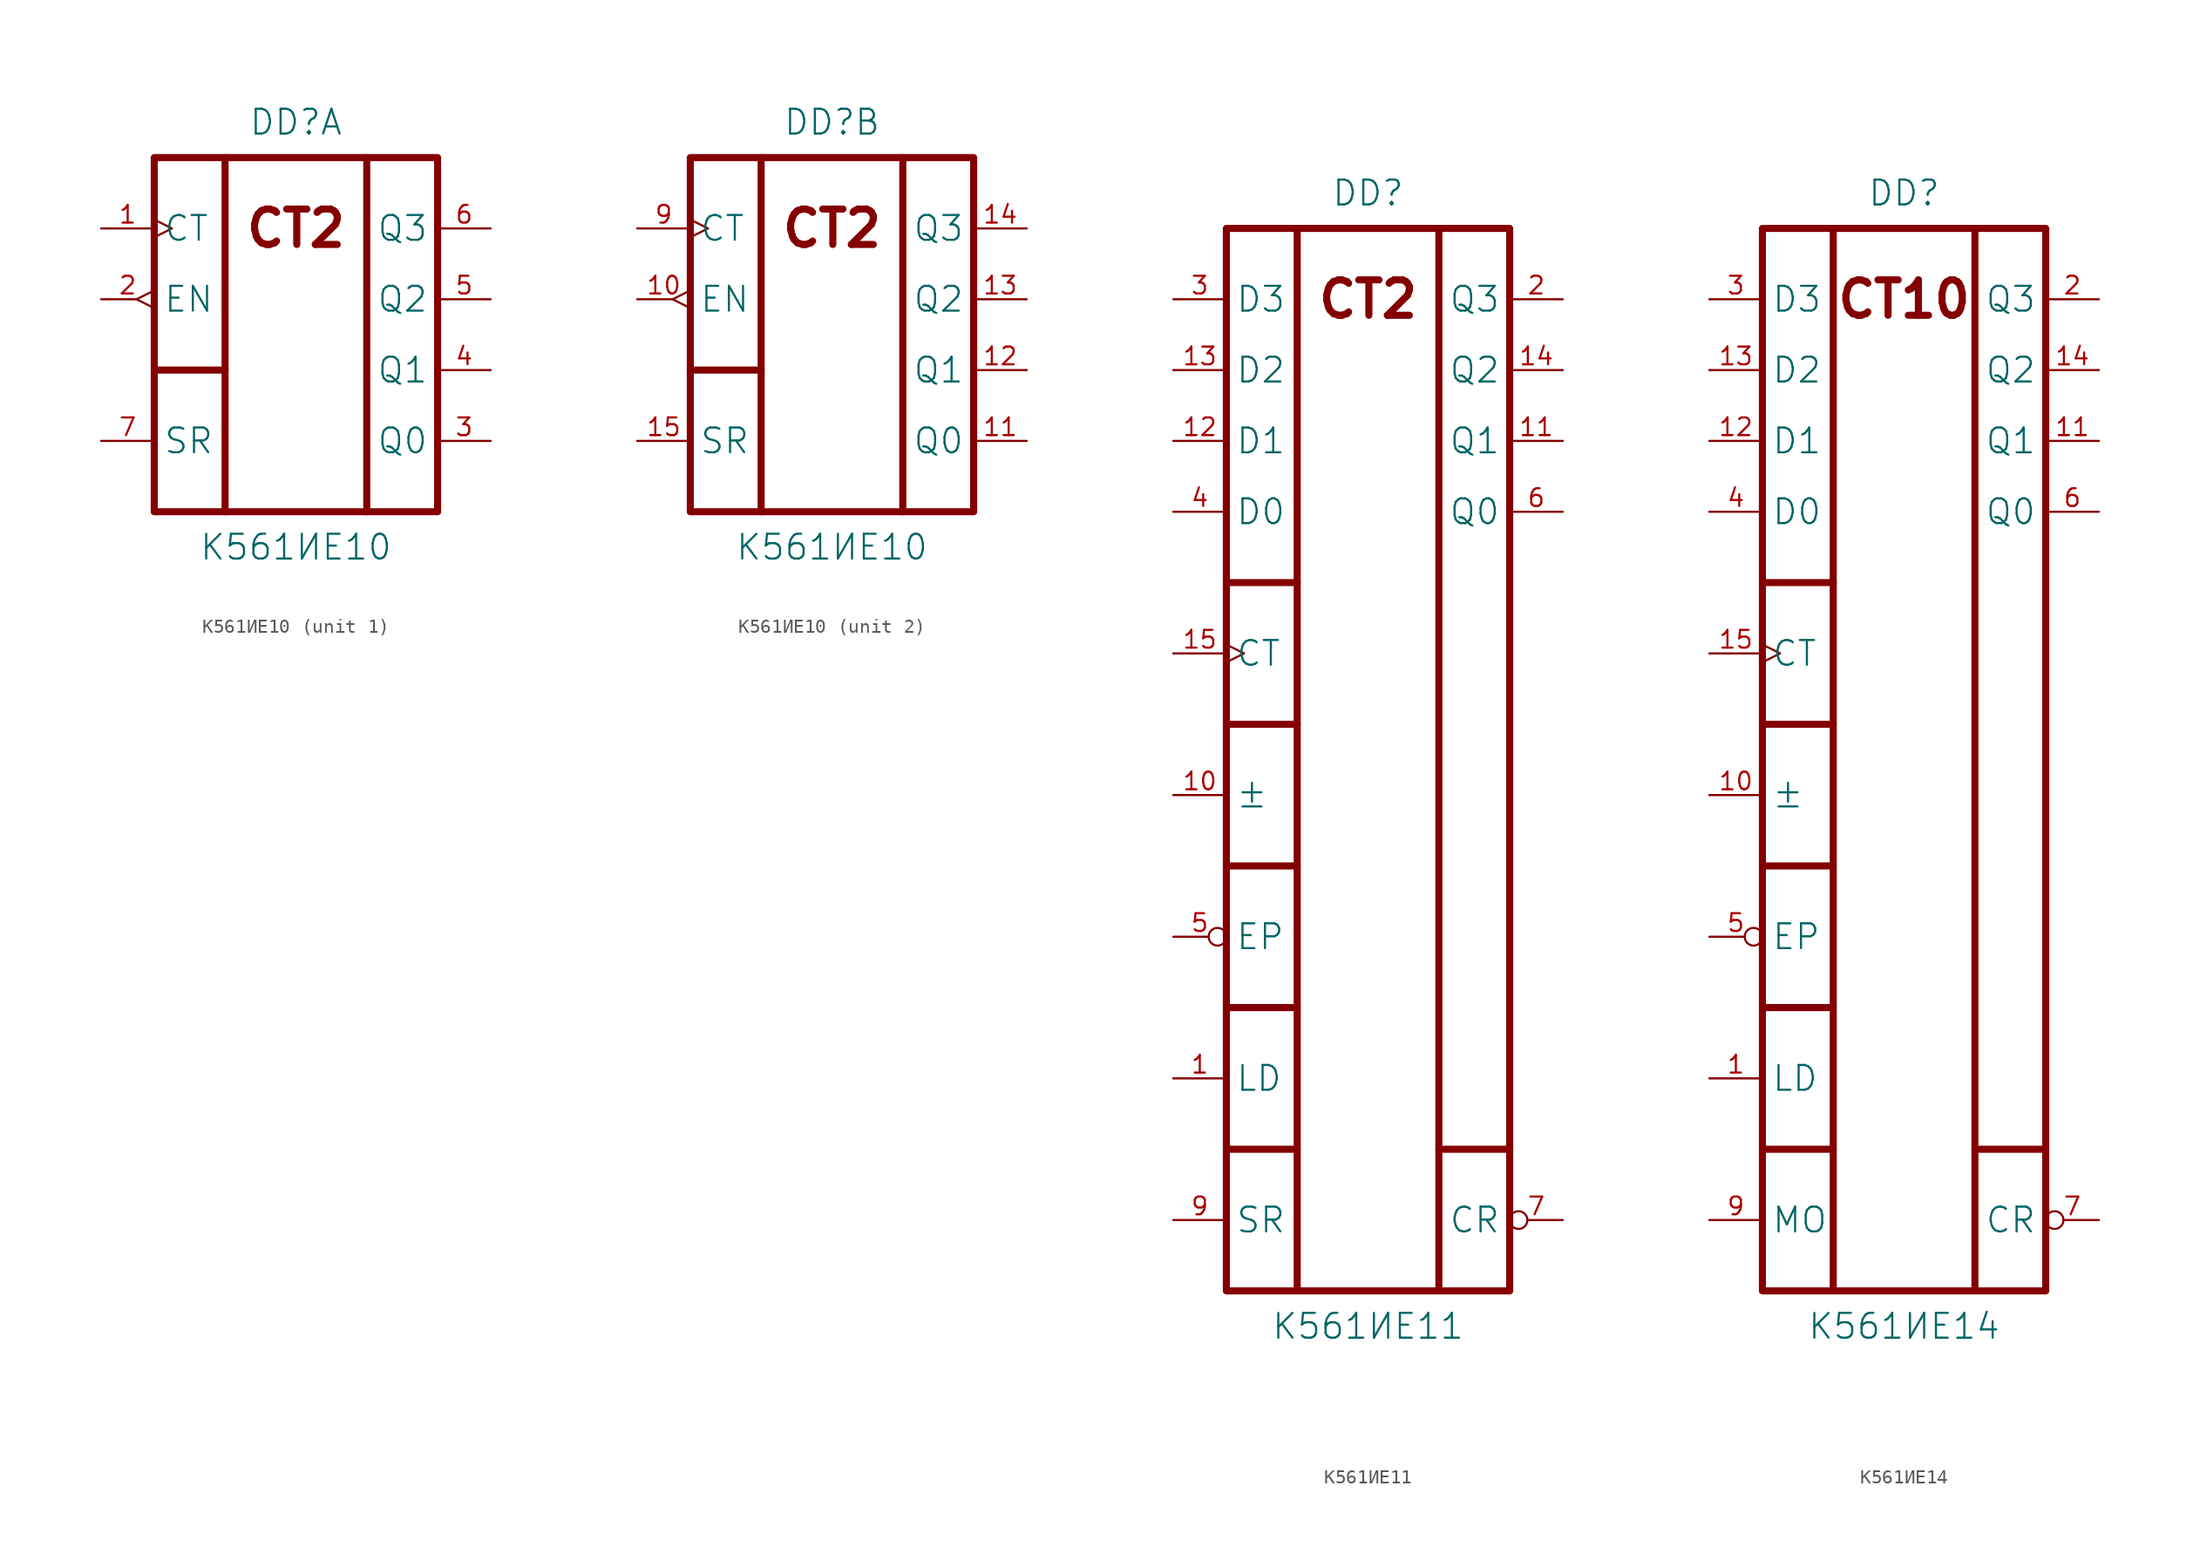
<source format=kicad_sym>
(kicad_symbol_lib
  (version 20211014)
  (generator kicad_symbol_editor)
  (symbol "К561ИЕ10"
    (pin_names
      (offset 0.635))
    (property "Reference" "DD"
      (at 0 15.24 0)
      (effects (font (size 1.778 1.778))))
    (property "Value" "К561ИЕ10"
      (at 0 -15.24 0)
      (effects (font (size 1.778 1.778))))
    (symbol "К561ИЕ10_0_0"
      (polyline (pts (xy 5.08 12.7) (xy 5.08 -12.7)) (stroke (width 0.508) (type default) (color 0 0 0 0)) (fill (type none)))
      (text "CT2" (at 0 7.62 0) (effects (font (size 2.54 2.54) bold))))
    (symbol "К561ИЕ10_0_1"
      (rectangle (start -10.16 12.7) (end 10.16 -12.7) (stroke (width 0.508) (type default) (color 0 0 0 0)) (fill (type none)))
      (polyline (pts (xy -5.08 -2.54) (xy -10.16 -2.54)) (stroke (width 0.508) (type default) (color 0 0 0 0)) (fill (type none)))
      (polyline (pts (xy -5.08 12.7) (xy -5.08 -12.7)) (stroke (width 0.508) (type default) (color 0 0 0 0)) (fill (type none)))
      (pin power_in non_logic (at 13.97 10.16 180) (length 3.81) hide (name "VCC" (effects (font (size 1.27 1.27)))) (number "16" (effects (font (size 1.27 1.27)))))
      (pin power_in non_logic (at 13.97 -10.16 180) (length 3.81) hide (name "GND" (effects (font (size 1.27 1.27)))) (number "8" (effects (font (size 1.27 1.27))))))
    (symbol "К561ИЕ10_1_1"
      (pin input clock (at -13.97 7.62 0) (length 3.81) (name "CT" (effects (font (size 1.778 1.778)))) (number "1" (effects (font (size 1.27 1.27)))))
      (pin input edge_clock_high (at -13.97 2.54 0) (length 3.81) (name "EN" (effects (font (size 1.778 1.778)))) (number "2" (effects (font (size 1.27 1.27)))))
      (pin output line (at 13.97 -7.62 180) (length 3.81) (name "Q0" (effects (font (size 1.778 1.778)))) (number "3" (effects (font (size 1.27 1.27)))))
      (pin output line (at 13.97 -2.54 180) (length 3.81) (name "Q1" (effects (font (size 1.778 1.778)))) (number "4" (effects (font (size 1.27 1.27)))))
      (pin output line (at 13.97 2.54 180) (length 3.81) (name "Q2" (effects (font (size 1.778 1.778)))) (number "5" (effects (font (size 1.27 1.27)))))
      (pin output line (at 13.97 7.62 180) (length 3.81) (name "Q3" (effects (font (size 1.778 1.778)))) (number "6" (effects (font (size 1.27 1.27)))))
      (pin input line (at -13.97 -7.62 0) (length 3.81) (name "SR" (effects (font (size 1.778 1.778)))) (number "7" (effects (font (size 1.27 1.27))))))
    (symbol "К561ИЕ10_2_1"
      (pin input edge_clock_high (at -13.97 2.54 0) (length 3.81) (name "EN" (effects (font (size 1.778 1.778)))) (number "10" (effects (font (size 1.27 1.27)))))
      (pin output line (at 13.97 -7.62 180) (length 3.81) (name "Q0" (effects (font (size 1.778 1.778)))) (number "11" (effects (font (size 1.27 1.27)))))
      (pin output line (at 13.97 -2.54 180) (length 3.81) (name "Q1" (effects (font (size 1.778 1.778)))) (number "12" (effects (font (size 1.27 1.27)))))
      (pin output line (at 13.97 2.54 180) (length 3.81) (name "Q2" (effects (font (size 1.778 1.778)))) (number "13" (effects (font (size 1.27 1.27)))))
      (pin output line (at 13.97 7.62 180) (length 3.81) (name "Q3" (effects (font (size 1.778 1.778)))) (number "14" (effects (font (size 1.27 1.27)))))
      (pin input line (at -13.97 -7.62 0) (length 3.81) (name "SR" (effects (font (size 1.778 1.778)))) (number "15" (effects (font (size 1.27 1.27)))))
      (pin input clock (at -13.97 7.62 0) (length 3.81) (name "CT" (effects (font (size 1.778 1.778)))) (number "9" (effects (font (size 1.27 1.27)))))))
  (symbol "К561ИЕ11"
    (pin_names
      (offset 0.635))
    (property "Reference" "DD"
      (at 0 40.64 0)
      (effects (font (size 1.778 1.778))))
    (property "Value" "К561ИЕ11"
      (at 0 -40.64 0)
      (effects (font (size 1.778 1.778))))
    (symbol "К561ИЕ11_0_0"
      (polyline (pts (xy -5.08 -17.78) (xy -10.16 -17.78)) (stroke (width 0.508) (type default) (color 0 0 0 0)) (fill (type none)))
      (polyline (pts (xy 5.08 -27.94) (xy 10.16 -27.94)) (stroke (width 0.508) (type default) (color 0 0 0 0)) (fill (type none)))
      (polyline (pts (xy 5.08 38.1) (xy 5.08 -38.1)) (stroke (width 0.508) (type default) (color 0 0 0 0)) (fill (type none)))
      (text "CT2" (at 0 33.02 0) (effects (font (size 2.54 2.54) bold))))
    (symbol "К561ИЕ11_0_1"
      (rectangle (start -10.16 38.1) (end 10.16 -38.1) (stroke (width 0.508) (type default) (color 0 0 0 0)) (fill (type none)))
      (polyline (pts (xy -5.08 -27.94) (xy -10.16 -27.94)) (stroke (width 0.508) (type default) (color 0 0 0 0)) (fill (type none)))
      (polyline (pts (xy -5.08 -7.62) (xy -10.16 -7.62)) (stroke (width 0.508) (type default) (color 0 0 0 0)) (fill (type none)))
      (polyline (pts (xy -5.08 2.54) (xy -10.16 2.54)) (stroke (width 0.508) (type default) (color 0 0 0 0)) (fill (type none)))
      (polyline (pts (xy -5.08 12.7) (xy -10.16 12.7)) (stroke (width 0.508) (type default) (color 0 0 0 0)) (fill (type none)))
      (polyline (pts (xy -5.08 38.1) (xy -5.08 -38.1)) (stroke (width 0.508) (type default) (color 0 0 0 0)) (fill (type none))))
    (symbol "К561ИЕ11_1_1"
      (pin input line (at -13.97 -22.86 0) (length 3.81) (name "LD" (effects (font (size 1.778 1.778)))) (number "1" (effects (font (size 1.27 1.27)))))
      (pin input line (at -13.97 -2.54 0) (length 3.81) (name "±" (effects (font (size 1.778 1.778)))) (number "10" (effects (font (size 1.27 1.27)))))
      (pin output line (at 13.97 22.86 180) (length 3.81) (name "Q1" (effects (font (size 1.778 1.778)))) (number "11" (effects (font (size 1.27 1.27)))))
      (pin input line (at -13.97 22.86 0) (length 3.81) (name "D1" (effects (font (size 1.778 1.778)))) (number "12" (effects (font (size 1.27 1.27)))))
      (pin input line (at -13.97 27.94 0) (length 3.81) (name "D2" (effects (font (size 1.778 1.778)))) (number "13" (effects (font (size 1.27 1.27)))))
      (pin output line (at 13.97 27.94 180) (length 3.81) (name "Q2" (effects (font (size 1.778 1.778)))) (number "14" (effects (font (size 1.27 1.27)))))
      (pin input clock (at -13.97 7.62 0) (length 3.81) (name "CT" (effects (font (size 1.778 1.778)))) (number "15" (effects (font (size 1.27 1.27)))))
      (pin power_in non_logic (at 13.97 35.56 180) (length 3.81) hide (name "VCC" (effects (font (size 1.27 1.27)))) (number "16" (effects (font (size 1.27 1.27)))))
      (pin output line (at 13.97 33.02 180) (length 3.81) (name "Q3" (effects (font (size 1.778 1.778)))) (number "2" (effects (font (size 1.27 1.27)))))
      (pin input line (at -13.97 33.02 0) (length 3.81) (name "D3" (effects (font (size 1.778 1.778)))) (number "3" (effects (font (size 1.27 1.27)))))
      (pin input line (at -13.97 17.78 0) (length 3.81) (name "D0" (effects (font (size 1.778 1.778)))) (number "4" (effects (font (size 1.27 1.27)))))
      (pin input inverted (at -13.97 -12.7 0) (length 3.81) (name "EP" (effects (font (size 1.778 1.778)))) (number "5" (effects (font (size 1.27 1.27)))))
      (pin output line (at 13.97 17.78 180) (length 3.81) (name "Q0" (effects (font (size 1.778 1.778)))) (number "6" (effects (font (size 1.27 1.27)))))
      (pin output inverted (at 13.97 -33.02 180) (length 3.81) (name "CR" (effects (font (size 1.778 1.778)))) (number "7" (effects (font (size 1.27 1.27)))))
      (pin power_in non_logic (at 13.97 -35.56 180) (length 3.81) hide (name "GND" (effects (font (size 1.27 1.27)))) (number "8" (effects (font (size 1.27 1.27)))))
      (pin input line (at -13.97 -33.02 0) (length 3.81) (name "SR" (effects (font (size 1.778 1.778)))) (number "9" (effects (font (size 1.27 1.27)))))))
  (symbol "К561ИЕ14"
    (pin_names
      (offset 0.635))
    (property "Reference" "DD"
      (at 0 40.64 0)
      (effects (font (size 1.778 1.778))))
    (property "Value" "К561ИЕ14"
      (at 0 -40.64 0)
      (effects (font (size 1.778 1.778))))
    (symbol "К561ИЕ14_0_0"
      (polyline (pts (xy -5.08 -17.78) (xy -10.16 -17.78)) (stroke (width 0.508) (type default) (color 0 0 0 0)) (fill (type none)))
      (polyline (pts (xy 5.08 -27.94) (xy 10.16 -27.94)) (stroke (width 0.508) (type default) (color 0 0 0 0)) (fill (type none)))
      (polyline (pts (xy 5.08 38.1) (xy 5.08 -38.1)) (stroke (width 0.508) (type default) (color 0 0 0 0)) (fill (type none)))
      (text "CT10" (at 0 33.02 0) (effects (font (size 2.54 2.54) bold))))
    (symbol "К561ИЕ14_0_1"
      (rectangle (start -10.16 38.1) (end 10.16 -38.1) (stroke (width 0.508) (type default) (color 0 0 0 0)) (fill (type none)))
      (polyline (pts (xy -5.08 -27.94) (xy -10.16 -27.94)) (stroke (width 0.508) (type default) (color 0 0 0 0)) (fill (type none)))
      (polyline (pts (xy -5.08 -7.62) (xy -10.16 -7.62)) (stroke (width 0.508) (type default) (color 0 0 0 0)) (fill (type none)))
      (polyline (pts (xy -5.08 2.54) (xy -10.16 2.54)) (stroke (width 0.508) (type default) (color 0 0 0 0)) (fill (type none)))
      (polyline (pts (xy -5.08 12.7) (xy -10.16 12.7)) (stroke (width 0.508) (type default) (color 0 0 0 0)) (fill (type none)))
      (polyline (pts (xy -5.08 38.1) (xy -5.08 -38.1)) (stroke (width 0.508) (type default) (color 0 0 0 0)) (fill (type none))))
    (symbol "К561ИЕ14_1_1"
      (pin input line (at -13.97 -22.86 0) (length 3.81) (name "LD" (effects (font (size 1.778 1.778)))) (number "1" (effects (font (size 1.27 1.27)))))
      (pin input line (at -13.97 -2.54 0) (length 3.81) (name "±" (effects (font (size 1.778 1.778)))) (number "10" (effects (font (size 1.27 1.27)))))
      (pin output line (at 13.97 22.86 180) (length 3.81) (name "Q1" (effects (font (size 1.778 1.778)))) (number "11" (effects (font (size 1.27 1.27)))))
      (pin input line (at -13.97 22.86 0) (length 3.81) (name "D1" (effects (font (size 1.778 1.778)))) (number "12" (effects (font (size 1.27 1.27)))))
      (pin input line (at -13.97 27.94 0) (length 3.81) (name "D2" (effects (font (size 1.778 1.778)))) (number "13" (effects (font (size 1.27 1.27)))))
      (pin output line (at 13.97 27.94 180) (length 3.81) (name "Q2" (effects (font (size 1.778 1.778)))) (number "14" (effects (font (size 1.27 1.27)))))
      (pin input clock (at -13.97 7.62 0) (length 3.81) (name "CT" (effects (font (size 1.778 1.778)))) (number "15" (effects (font (size 1.27 1.27)))))
      (pin power_in non_logic (at 13.97 35.56 180) (length 3.81) hide (name "VCC" (effects (font (size 1.27 1.27)))) (number "16" (effects (font (size 1.27 1.27)))))
      (pin output line (at 13.97 33.02 180) (length 3.81) (name "Q3" (effects (font (size 1.778 1.778)))) (number "2" (effects (font (size 1.27 1.27)))))
      (pin input line (at -13.97 33.02 0) (length 3.81) (name "D3" (effects (font (size 1.778 1.778)))) (number "3" (effects (font (size 1.27 1.27)))))
      (pin input line (at -13.97 17.78 0) (length 3.81) (name "D0" (effects (font (size 1.778 1.778)))) (number "4" (effects (font (size 1.27 1.27)))))
      (pin input inverted (at -13.97 -12.7 0) (length 3.81) (name "EP" (effects (font (size 1.778 1.778)))) (number "5" (effects (font (size 1.27 1.27)))))
      (pin output line (at 13.97 17.78 180) (length 3.81) (name "Q0" (effects (font (size 1.778 1.778)))) (number "6" (effects (font (size 1.27 1.27)))))
      (pin output inverted (at 13.97 -33.02 180) (length 3.81) (name "CR" (effects (font (size 1.778 1.778)))) (number "7" (effects (font (size 1.27 1.27)))))
      (pin power_in non_logic (at 13.97 -35.56 180) (length 3.81) hide (name "GND" (effects (font (size 1.27 1.27)))) (number "8" (effects (font (size 1.27 1.27)))))
      (pin input line (at -13.97 -33.02 0) (length 3.81) (name "MO" (effects (font (size 1.778 1.778)))) (number "9" (effects (font (size 1.27 1.27))))))))
</source>
